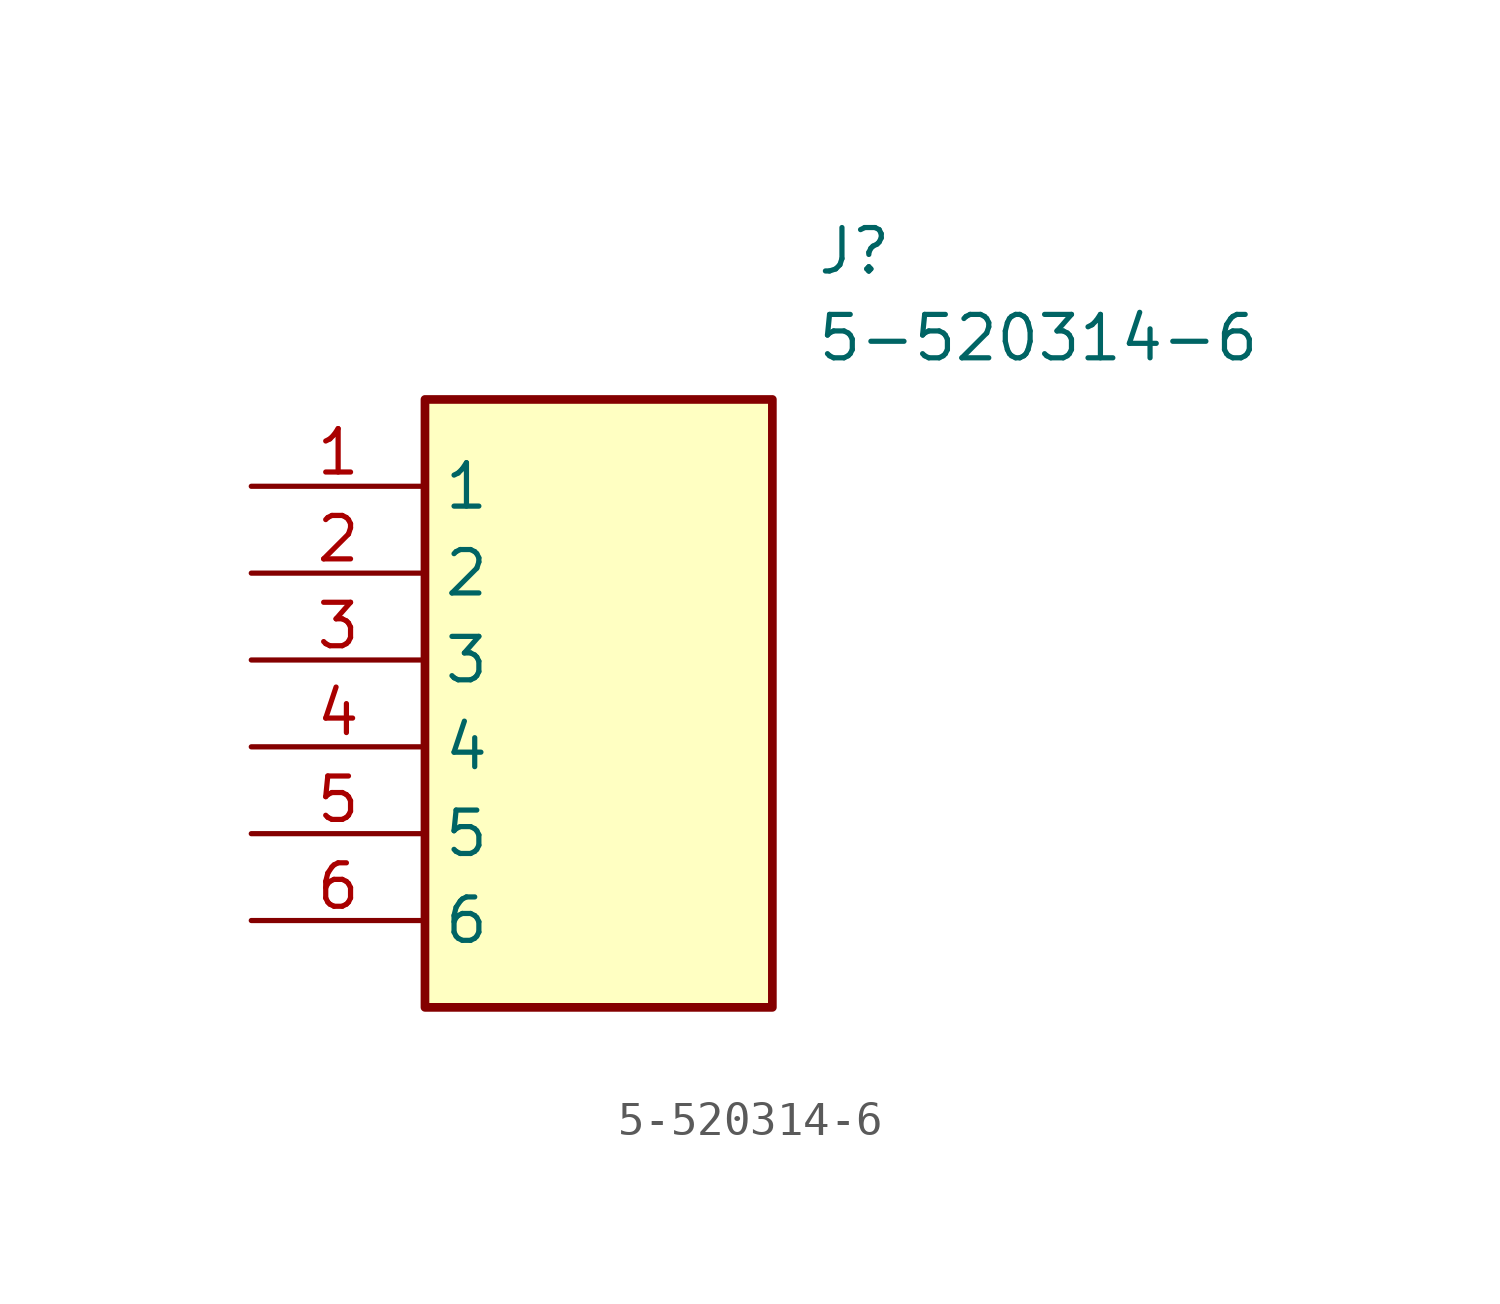
<source format=kicad_sym>
(kicad_symbol_lib
  (version 20241209)
  (generator "kicad_symbol_editor")
  (generator_version "9.0")
  (symbol "5-520314-6"
    (property "Reference" "J"
      (at 16.51 7.62 0)
      (effects (font (size 1.27 1.27)) (justify left top)))
    (property "Value" "5-520314-6"
      (at 16.51 5.08 0)
      (effects (font (size 1.27 1.27)) (justify left top)))
    (symbol "5-520314-6_1_1"
      (rectangle (start 5.08 2.54) (end 15.24 -15.24) (stroke (width 0.254) (type default)) (fill (type background)))
      (pin passive line (at 0 0 0) (length 5.08) (name "1" (effects (font (size 1.27 1.27)))) (number "1" (effects (font (size 1.27 1.27)))))
      (pin passive line (at 0 -2.54 0) (length 5.08) (name "2" (effects (font (size 1.27 1.27)))) (number "2" (effects (font (size 1.27 1.27)))))
      (pin passive line (at 0 -5.08 0) (length 5.08) (name "3" (effects (font (size 1.27 1.27)))) (number "3" (effects (font (size 1.27 1.27)))))
      (pin passive line (at 0 -7.62 0) (length 5.08) (name "4" (effects (font (size 1.27 1.27)))) (number "4" (effects (font (size 1.27 1.27)))))
      (pin passive line (at 0 -10.16 0) (length 5.08) (name "5" (effects (font (size 1.27 1.27)))) (number "5" (effects (font (size 1.27 1.27)))))
      (pin passive line (at 0 -12.7 0) (length 5.08) (name "6" (effects (font (size 1.27 1.27)))) (number "6" (effects (font (size 1.27 1.27))))))))
</source>
